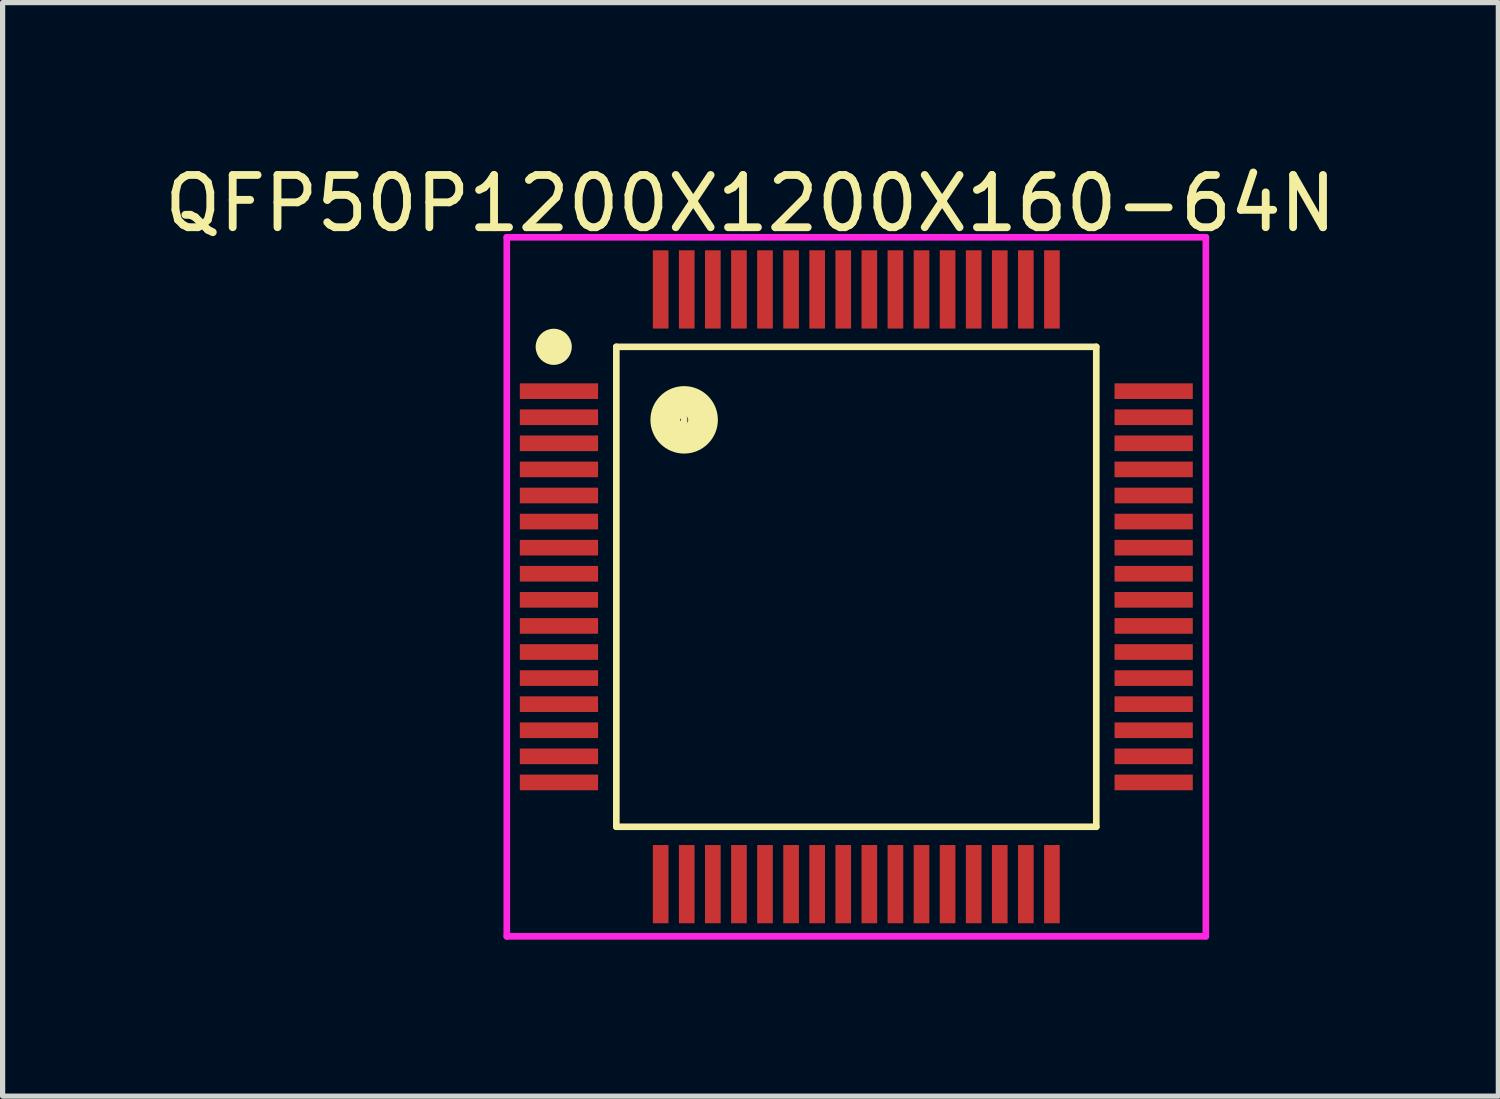
<source format=kicad_pcb>
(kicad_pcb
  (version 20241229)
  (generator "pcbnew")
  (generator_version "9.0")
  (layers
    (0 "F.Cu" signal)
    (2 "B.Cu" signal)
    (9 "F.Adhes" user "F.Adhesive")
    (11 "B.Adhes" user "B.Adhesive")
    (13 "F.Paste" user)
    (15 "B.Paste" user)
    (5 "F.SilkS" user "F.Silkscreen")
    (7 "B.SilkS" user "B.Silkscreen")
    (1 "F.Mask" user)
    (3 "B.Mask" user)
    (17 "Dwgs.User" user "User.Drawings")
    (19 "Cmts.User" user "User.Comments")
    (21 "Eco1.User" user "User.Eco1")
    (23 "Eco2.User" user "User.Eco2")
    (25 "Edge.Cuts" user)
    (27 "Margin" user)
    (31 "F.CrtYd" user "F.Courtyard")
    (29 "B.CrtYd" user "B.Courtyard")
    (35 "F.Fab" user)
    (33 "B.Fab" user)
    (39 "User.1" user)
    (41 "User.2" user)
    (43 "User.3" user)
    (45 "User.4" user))
  (footprint "QFP50P1200X1200X160-64N"
    (layer "F.Cu")
    (at 13.364 8.198)
    (property "Reference" "QFP50P1200X1200X160-64N" (at -2.029 -7.348 0) (layer "F.SilkS") (effects (font (size 1.002 1.002) (thickness 0.15))))
    (attr through_hole)
    (fp_line (start -4.6 -4.6) (end 4.6 -4.6) (stroke (width 0.127) (type solid)) (layer "F.SilkS"))
    (fp_line (start -4.6 4.6) (end -4.6 -4.6) (stroke (width 0.127) (type solid)) (layer "F.SilkS"))
    (fp_line (start 4.6 -4.6) (end 4.6 4.6) (stroke (width 0.127) (type solid)) (layer "F.SilkS"))
    (fp_line (start 4.6 4.6) (end -4.6 4.6) (stroke (width 0.127) (type solid)) (layer "F.SilkS"))
    (fp_circle (center -5.9 -4.6) (end -5.8 -4.6) (stroke (width 0.127) (type solid)) (fill no) (layer "F.SilkS"))
    (fp_circle (center -5.8 -4.6) (end -5.7 -4.6) (stroke (width 0.127) (type solid)) (fill no) (layer "F.SilkS"))
    (fp_circle (center -5.8 -4.6) (end -5.659 -4.6) (stroke (width 0.127) (type solid)) (fill no) (layer "F.SilkS"))
    (fp_circle (center -5.8 -4.6) (end -5.659 -4.6) (stroke (width 0.127) (type solid)) (fill no) (layer "F.SilkS"))
    (fp_circle (center -5.8 -4.6) (end -5.576 -4.6) (stroke (width 0.127) (type solid)) (fill no) (layer "F.SilkS"))
    (fp_circle (center -5.8 -4.6) (end -5.517 -4.6) (stroke (width 0.127) (type solid)) (fill no) (layer "F.SilkS"))
    (fp_circle (center -3.4 -3.2) (end -3.3 -3.2) (stroke (width 0.127) (type solid)) (fill no) (layer "F.SilkS"))
    (fp_circle (center -3.3 -3.2) (end -3.159 -3.2) (stroke (width 0.127) (type solid)) (fill no) (layer "F.SilkS"))
    (fp_circle (center -3.3 -3.2) (end -3.076 -3.2) (stroke (width 0.127) (type solid)) (fill no) (layer "F.SilkS"))
    (fp_circle (center -3.3 -3.2) (end -3.017 -3.2) (stroke (width 0.127) (type solid)) (fill no) (layer "F.SilkS"))
    (fp_circle (center -3.3 -3.2) (end -2.939 -3.2) (stroke (width 0.127) (type solid)) (fill no) (layer "F.SilkS"))
    (fp_circle (center -3.3 -3.2) (end -2.876 -3.2) (stroke (width 0.127) (type solid)) (fill no) (layer "F.SilkS"))
    (fp_circle (center -3.3 -3.2) (end -2.8 -3.2) (stroke (width 0.127) (type solid)) (fill no) (layer "F.SilkS"))
    (fp_circle (center -3.3 -3.2) (end -2.734 -3.2) (stroke (width 0.127) (type solid)) (fill no) (layer "F.SilkS"))
    (fp_circle (center -3.3 -3.2) (end -2.717 -3.2) (stroke (width 0.127) (type solid)) (fill no) (layer "F.SilkS"))
    (fp_line (start -6.7 -6.7) (end 6.7 -6.7) (stroke (width 0.127) (type solid)) (layer "F.CrtYd"))
    (fp_line (start -6.7 6.7) (end -6.7 -6.7) (stroke (width 0.127) (type solid)) (layer "F.CrtYd"))
    (fp_line (start 6.7 -6.7) (end 6.7 6.7) (stroke (width 0.127) (type solid)) (layer "F.CrtYd"))
    (fp_line (start 6.7 6.7) (end -6.7 6.7) (stroke (width 0.127) (type solid)) (layer "F.CrtYd"))
    (pad "1" smd rect (at -5.7 -3.75) (size 1.5 0.3) (layers "F.Cu" "F.Mask" "F.Paste"))
    (pad "2" smd rect (at -5.7 -3.25) (size 1.5 0.3) (layers "F.Cu" "F.Mask" "F.Paste"))
    (pad "3" smd rect (at -5.7 -2.75) (size 1.5 0.3) (layers "F.Cu" "F.Mask" "F.Paste"))
    (pad "4" smd rect (at -5.7 -2.25) (size 1.5 0.3) (layers "F.Cu" "F.Mask" "F.Paste"))
    (pad "5" smd rect (at -5.7 -1.75) (size 1.5 0.3) (layers "F.Cu" "F.Mask" "F.Paste"))
    (pad "6" smd rect (at -5.7 -1.25) (size 1.5 0.3) (layers "F.Cu" "F.Mask" "F.Paste"))
    (pad "7" smd rect (at -5.7 -0.75) (size 1.5 0.3) (layers "F.Cu" "F.Mask" "F.Paste"))
    (pad "8" smd rect (at -5.7 -0.25) (size 1.5 0.3) (layers "F.Cu" "F.Mask" "F.Paste"))
    (pad "9" smd rect (at -5.7 0.25) (size 1.5 0.3) (layers "F.Cu" "F.Mask" "F.Paste"))
    (pad "10" smd rect (at -5.7 0.75) (size 1.5 0.3) (layers "F.Cu" "F.Mask" "F.Paste"))
    (pad "11" smd rect (at -5.7 1.25) (size 1.5 0.3) (layers "F.Cu" "F.Mask" "F.Paste"))
    (pad "12" smd rect (at -5.7 1.75) (size 1.5 0.3) (layers "F.Cu" "F.Mask" "F.Paste"))
    (pad "13" smd rect (at -5.7 2.25) (size 1.5 0.3) (layers "F.Cu" "F.Mask" "F.Paste"))
    (pad "14" smd rect (at -5.7 2.75) (size 1.5 0.3) (layers "F.Cu" "F.Mask" "F.Paste"))
    (pad "15" smd rect (at -5.7 3.25) (size 1.5 0.3) (layers "F.Cu" "F.Mask" "F.Paste"))
    (pad "16" smd rect (at -5.7 3.75) (size 1.5 0.3) (layers "F.Cu" "F.Mask" "F.Paste"))
    (pad "17" smd rect (at -3.75 5.7 90) (size 1.5 0.3) (layers "F.Cu" "F.Mask" "F.Paste"))
    (pad "18" smd rect (at -3.25 5.7 90) (size 1.5 0.3) (layers "F.Cu" "F.Mask" "F.Paste"))
    (pad "19" smd rect (at -2.75 5.7 90) (size 1.5 0.3) (layers "F.Cu" "F.Mask" "F.Paste"))
    (pad "20" smd rect (at -2.25 5.7 90) (size 1.5 0.3) (layers "F.Cu" "F.Mask" "F.Paste"))
    (pad "21" smd rect (at -1.75 5.7 90) (size 1.5 0.3) (layers "F.Cu" "F.Mask" "F.Paste"))
    (pad "22" smd rect (at -1.25 5.7 90) (size 1.5 0.3) (layers "F.Cu" "F.Mask" "F.Paste"))
    (pad "23" smd rect (at -0.75 5.7 90) (size 1.5 0.3) (layers "F.Cu" "F.Mask" "F.Paste"))
    (pad "24" smd rect (at -0.25 5.7 90) (size 1.5 0.3) (layers "F.Cu" "F.Mask" "F.Paste"))
    (pad "25" smd rect (at 0.25 5.7 90) (size 1.5 0.3) (layers "F.Cu" "F.Mask" "F.Paste"))
    (pad "26" smd rect (at 0.75 5.7 90) (size 1.5 0.3) (layers "F.Cu" "F.Mask" "F.Paste"))
    (pad "27" smd rect (at 1.25 5.7 90) (size 1.5 0.3) (layers "F.Cu" "F.Mask" "F.Paste"))
    (pad "28" smd rect (at 1.75 5.7 90) (size 1.5 0.3) (layers "F.Cu" "F.Mask" "F.Paste"))
    (pad "29" smd rect (at 2.25 5.7 90) (size 1.5 0.3) (layers "F.Cu" "F.Mask" "F.Paste"))
    (pad "30" smd rect (at 2.75 5.7 90) (size 1.5 0.3) (layers "F.Cu" "F.Mask" "F.Paste"))
    (pad "31" smd rect (at 3.25 5.7 90) (size 1.5 0.3) (layers "F.Cu" "F.Mask" "F.Paste"))
    (pad "32" smd rect (at 3.75 5.7 90) (size 1.5 0.3) (layers "F.Cu" "F.Mask" "F.Paste"))
    (pad "33" smd rect (at 5.7 3.75 180) (size 1.5 0.3) (layers "F.Cu" "F.Mask" "F.Paste"))
    (pad "34" smd rect (at 5.7 3.25 180) (size 1.5 0.3) (layers "F.Cu" "F.Mask" "F.Paste"))
    (pad "35" smd rect (at 5.7 2.75 180) (size 1.5 0.3) (layers "F.Cu" "F.Mask" "F.Paste"))
    (pad "36" smd rect (at 5.7 2.25 180) (size 1.5 0.3) (layers "F.Cu" "F.Mask" "F.Paste"))
    (pad "37" smd rect (at 5.7 1.75 180) (size 1.5 0.3) (layers "F.Cu" "F.Mask" "F.Paste"))
    (pad "38" smd rect (at 5.7 1.25 180) (size 1.5 0.3) (layers "F.Cu" "F.Mask" "F.Paste"))
    (pad "39" smd rect (at 5.7 0.75 180) (size 1.5 0.3) (layers "F.Cu" "F.Mask" "F.Paste"))
    (pad "40" smd rect (at 5.7 0.25 180) (size 1.5 0.3) (layers "F.Cu" "F.Mask" "F.Paste"))
    (pad "41" smd rect (at 5.7 -0.25 180) (size 1.5 0.3) (layers "F.Cu" "F.Mask" "F.Paste"))
    (pad "42" smd rect (at 5.7 -0.75 180) (size 1.5 0.3) (layers "F.Cu" "F.Mask" "F.Paste"))
    (pad "43" smd rect (at 5.7 -1.25 180) (size 1.5 0.3) (layers "F.Cu" "F.Mask" "F.Paste"))
    (pad "44" smd rect (at 5.7 -1.75 180) (size 1.5 0.3) (layers "F.Cu" "F.Mask" "F.Paste"))
    (pad "45" smd rect (at 5.7 -2.25 180) (size 1.5 0.3) (layers "F.Cu" "F.Mask" "F.Paste"))
    (pad "46" smd rect (at 5.7 -2.75 180) (size 1.5 0.3) (layers "F.Cu" "F.Mask" "F.Paste"))
    (pad "47" smd rect (at 5.7 -3.25 180) (size 1.5 0.3) (layers "F.Cu" "F.Mask" "F.Paste"))
    (pad "48" smd rect (at 5.7 -3.75 180) (size 1.5 0.3) (layers "F.Cu" "F.Mask" "F.Paste"))
    (pad "49" smd rect (at 3.75 -5.7 270) (size 1.5 0.3) (layers "F.Cu" "F.Mask" "F.Paste"))
    (pad "50" smd rect (at 3.25 -5.7 270) (size 1.5 0.3) (layers "F.Cu" "F.Mask" "F.Paste"))
    (pad "51" smd rect (at 2.75 -5.7 270) (size 1.5 0.3) (layers "F.Cu" "F.Mask" "F.Paste"))
    (pad "52" smd rect (at 2.25 -5.7 270) (size 1.5 0.3) (layers "F.Cu" "F.Mask" "F.Paste"))
    (pad "53" smd rect (at 1.75 -5.7 270) (size 1.5 0.3) (layers "F.Cu" "F.Mask" "F.Paste"))
    (pad "54" smd rect (at 1.25 -5.7 270) (size 1.5 0.3) (layers "F.Cu" "F.Mask" "F.Paste"))
    (pad "55" smd rect (at 0.75 -5.7 270) (size 1.5 0.3) (layers "F.Cu" "F.Mask" "F.Paste"))
    (pad "56" smd rect (at 0.25 -5.7 270) (size 1.5 0.3) (layers "F.Cu" "F.Mask" "F.Paste"))
    (pad "57" smd rect (at -0.25 -5.7 270) (size 1.5 0.3) (layers "F.Cu" "F.Mask" "F.Paste"))
    (pad "58" smd rect (at -0.75 -5.7 270) (size 1.5 0.3) (layers "F.Cu" "F.Mask" "F.Paste"))
    (pad "59" smd rect (at -1.25 -5.7 270) (size 1.5 0.3) (layers "F.Cu" "F.Mask" "F.Paste"))
    (pad "60" smd rect (at -1.75 -5.7 270) (size 1.5 0.3) (layers "F.Cu" "F.Mask" "F.Paste"))
    (pad "61" smd rect (at -2.25 -5.7 270) (size 1.5 0.3) (layers "F.Cu" "F.Mask" "F.Paste"))
    (pad "62" smd rect (at -2.75 -5.7 270) (size 1.5 0.3) (layers "F.Cu" "F.Mask" "F.Paste"))
    (pad "63" smd rect (at -3.25 -5.7 270) (size 1.5 0.3) (layers "F.Cu" "F.Mask" "F.Paste"))
    (pad "64" smd rect (at -3.75 -5.7 270) (size 1.5 0.3) (layers "F.Cu" "F.Mask" "F.Paste")))
  (gr_rect
    (start -3 -3)
    (end 25.671 17.961)
    (stroke (width 0.1) (type default))
    (fill no)
    (layer "Edge.Cuts")))
</source>
